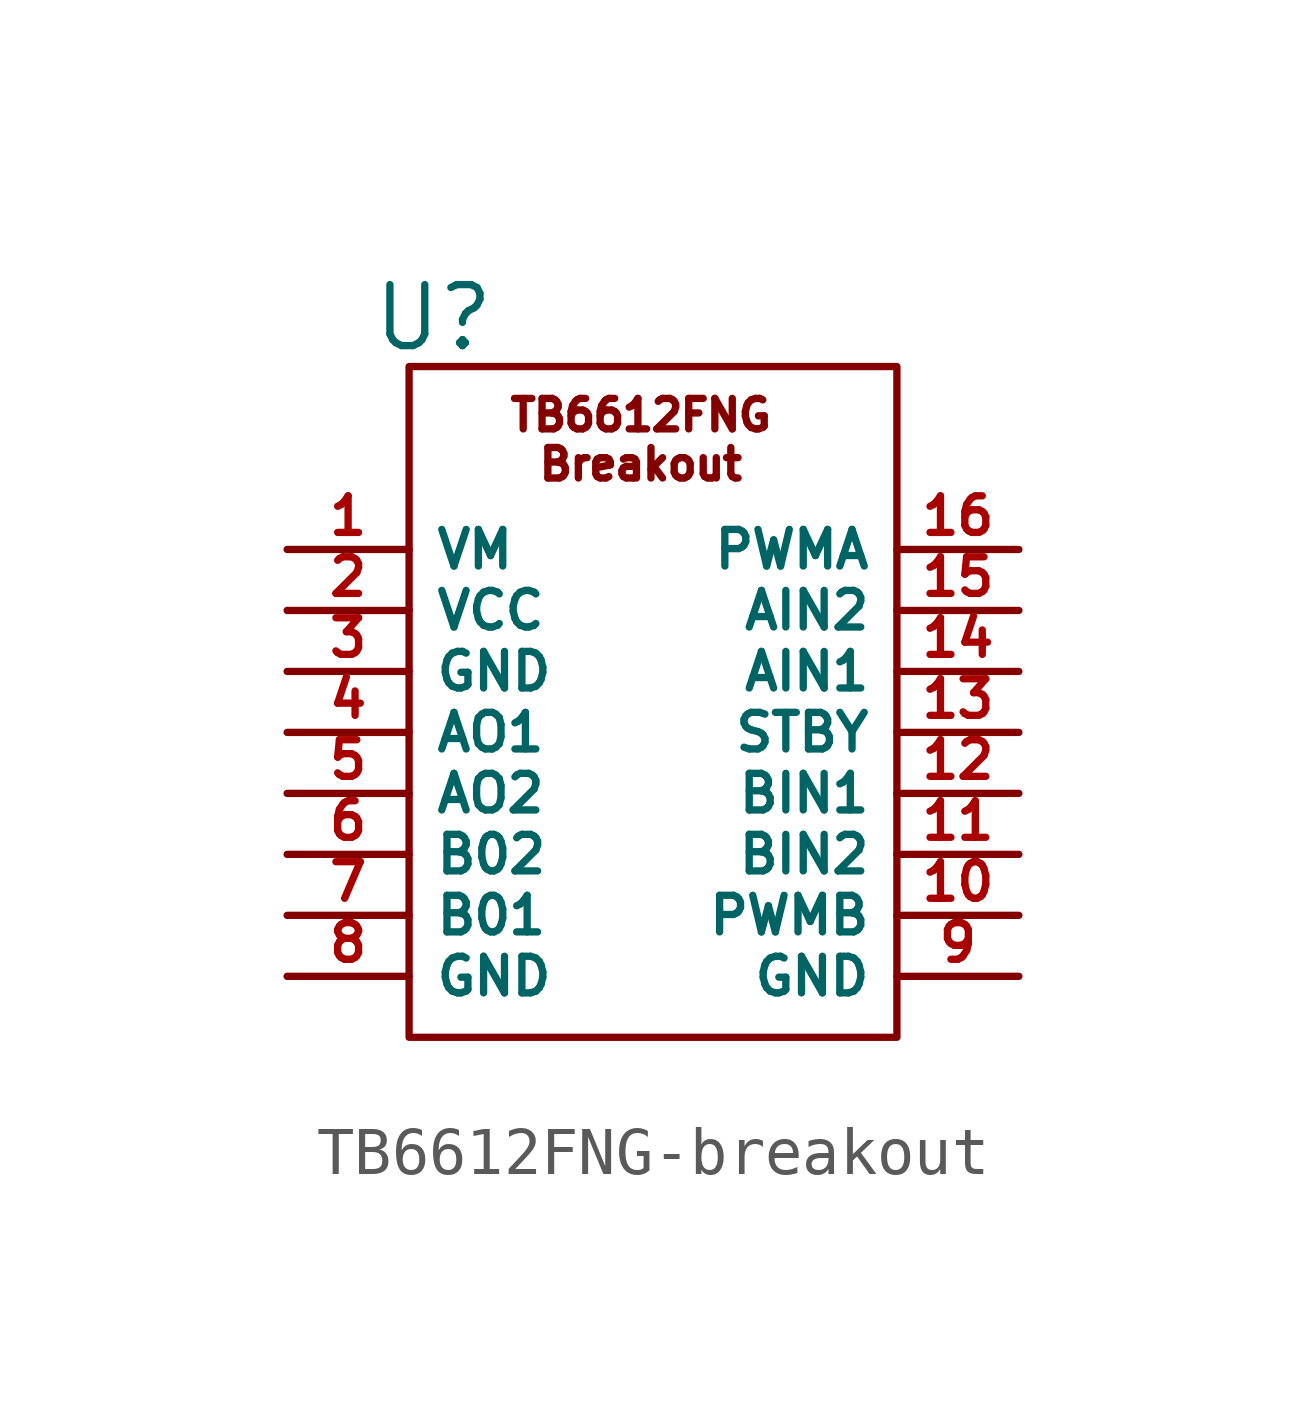
<source format=kicad_sym>
(kicad_symbol_lib
  (version 20241209)
  (generator "kicad_symbol_editor")
  (generator_version "9.0")
  (symbol "TB6612FNG-breakout"
    (property "Reference" "U"
      (at 3.048 2.286 0)
      (effects (font (size 1.27 1.27))))
    (property "Value" ""
      (at 0 0 0)
      (effects (font (size 1.27 1.27))))
    (symbol "TB6612FNG-breakout_0_1"
      (rectangle (start 2.54 1.27) (end 12.7 -12.7) (stroke (width 0) (type default)) (fill (type none))))
    (symbol "TB6612FNG-breakout_1_1"
      (text "TB6612FNG\nBreakout" (at 7.366 -0.254 0) (effects (font (size 0.635 0.635))))
      (pin input line (at 0 -2.54 0) (length 2.54) (name "VM" (effects (font (size 0.762 0.762)))) (number "1" (effects (font (size 0.762 0.762)))))
      (pin input line (at 0 -3.81 0) (length 2.54) (name "VCC" (effects (font (size 0.762 0.762)))) (number "2" (effects (font (size 0.762 0.762)))))
      (pin input line (at 0 -5.08 0) (length 2.54) (name "GND" (effects (font (size 0.762 0.762)))) (number "3" (effects (font (size 0.762 0.762)))))
      (pin output line (at 0 -6.35 0) (length 2.54) (name "AO1" (effects (font (size 0.762 0.762)))) (number "4" (effects (font (size 0.762 0.762)))))
      (pin output line (at 0 -7.62 0) (length 2.54) (name "AO2" (effects (font (size 0.762 0.762)))) (number "5" (effects (font (size 0.762 0.762)))))
      (pin output line (at 0 -8.89 0) (length 2.54) (name "B02" (effects (font (size 0.762 0.762)))) (number "6" (effects (font (size 0.762 0.762)))))
      (pin output line (at 0 -10.16 0) (length 2.54) (name "B01" (effects (font (size 0.762 0.762)))) (number "7" (effects (font (size 0.762 0.762)))))
      (pin input line (at 0 -11.43 0) (length 2.54) (name "GND" (effects (font (size 0.762 0.762)))) (number "8" (effects (font (size 0.762 0.762)))))
      (pin input line (at 15.24 -2.54 180) (length 2.54) (name "PWMA" (effects (font (size 0.762 0.762)))) (number "16" (effects (font (size 0.762 0.762)))))
      (pin input line (at 15.24 -3.81 180) (length 2.54) (name "AIN2" (effects (font (size 0.762 0.762)))) (number "15" (effects (font (size 0.762 0.762)))))
      (pin input line (at 15.24 -5.08 180) (length 2.54) (name "AIN1" (effects (font (size 0.762 0.762)))) (number "14" (effects (font (size 0.762 0.762)))))
      (pin output line (at 15.24 -6.35 180) (length 2.54) (name "STBY" (effects (font (size 0.762 0.762)))) (number "13" (effects (font (size 0.762 0.762)))))
      (pin output line (at 15.24 -7.62 180) (length 2.54) (name "BIN1" (effects (font (size 0.762 0.762)))) (number "12" (effects (font (size 0.762 0.762)))))
      (pin output line (at 15.24 -8.89 180) (length 2.54) (name "BIN2" (effects (font (size 0.762 0.762)))) (number "11" (effects (font (size 0.762 0.762)))))
      (pin output line (at 15.24 -10.16 180) (length 2.54) (name "PWMB" (effects (font (size 0.762 0.762)))) (number "10" (effects (font (size 0.762 0.762)))))
      (pin input line (at 15.24 -11.43 180) (length 2.54) (name "GND" (effects (font (size 0.762 0.762)))) (number "9" (effects (font (size 0.762 0.762))))))))
</source>
